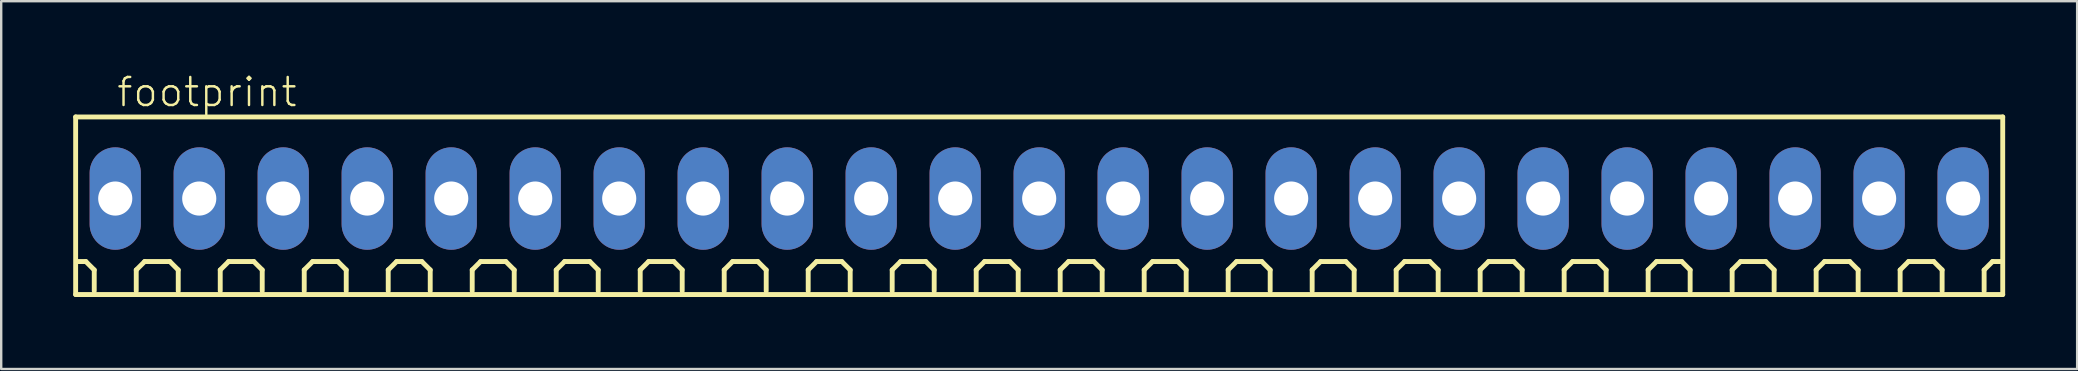
<source format=kicad_pcb>
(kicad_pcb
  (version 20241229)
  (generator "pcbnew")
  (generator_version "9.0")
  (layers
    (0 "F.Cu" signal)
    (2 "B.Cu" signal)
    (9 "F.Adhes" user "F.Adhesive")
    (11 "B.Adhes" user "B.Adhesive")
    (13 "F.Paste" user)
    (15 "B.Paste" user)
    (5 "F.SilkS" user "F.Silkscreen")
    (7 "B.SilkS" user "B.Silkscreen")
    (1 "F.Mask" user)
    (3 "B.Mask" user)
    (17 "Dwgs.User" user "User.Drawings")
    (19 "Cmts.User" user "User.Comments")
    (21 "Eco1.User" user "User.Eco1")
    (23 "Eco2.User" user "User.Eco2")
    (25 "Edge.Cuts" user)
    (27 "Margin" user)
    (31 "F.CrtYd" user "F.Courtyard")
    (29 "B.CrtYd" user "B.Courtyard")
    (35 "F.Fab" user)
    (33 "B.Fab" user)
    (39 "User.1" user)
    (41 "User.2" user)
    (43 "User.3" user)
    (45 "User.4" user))
  (footprint "footprint"
    (layer "F.Cu")
    (at 40.252 5.223)
    (property "Reference" "footprint" (at -38.5 -3.75 0) (layer "F.SilkS") (effects (font (size 1.168 1.168) (thickness 0.102)) (justify left bottom)))
    (fp_line (start -40.15 -3.4) (end 40.15 -3.4) (stroke (width 0.203) (type solid)) (layer "F.SilkS"))
    (fp_line (start -40.15 4) (end -40.15 -3.4) (stroke (width 0.203) (type solid)) (layer "F.SilkS"))
    (fp_line (start -39.725 2.625) (end -40.075 2.625) (stroke (width 0.203) (type solid)) (layer "F.SilkS"))
    (fp_line (start -39.375 2.975) (end -39.725 2.625) (stroke (width 0.203) (type solid)) (layer "F.SilkS"))
    (fp_line (start -39.375 3.85) (end -39.375 2.975) (stroke (width 0.203) (type solid)) (layer "F.SilkS"))
    (fp_line (start -37.625 2.975) (end -37.275 2.625) (stroke (width 0.203) (type solid)) (layer "F.SilkS"))
    (fp_line (start -37.625 3.85) (end -37.625 2.975) (stroke (width 0.203) (type solid)) (layer "F.SilkS"))
    (fp_line (start -37.275 2.625) (end -36.225 2.625) (stroke (width 0.203) (type solid)) (layer "F.SilkS"))
    (fp_line (start -36.225 2.625) (end -35.875 2.975) (stroke (width 0.203) (type solid)) (layer "F.SilkS"))
    (fp_line (start -35.875 2.975) (end -35.875 3.85) (stroke (width 0.203) (type solid)) (layer "F.SilkS"))
    (fp_line (start -34.125 2.975) (end -33.775 2.625) (stroke (width 0.203) (type solid)) (layer "F.SilkS"))
    (fp_line (start -34.125 3.85) (end -34.125 2.975) (stroke (width 0.203) (type solid)) (layer "F.SilkS"))
    (fp_line (start -33.775 2.625) (end -32.725 2.625) (stroke (width 0.203) (type solid)) (layer "F.SilkS"))
    (fp_line (start -32.725 2.625) (end -32.375 2.975) (stroke (width 0.203) (type solid)) (layer "F.SilkS"))
    (fp_line (start -32.375 2.975) (end -32.375 3.85) (stroke (width 0.203) (type solid)) (layer "F.SilkS"))
    (fp_line (start -30.625 2.975) (end -30.275 2.625) (stroke (width 0.203) (type solid)) (layer "F.SilkS"))
    (fp_line (start -30.625 3.85) (end -30.625 2.975) (stroke (width 0.203) (type solid)) (layer "F.SilkS"))
    (fp_line (start -30.275 2.625) (end -29.225 2.625) (stroke (width 0.203) (type solid)) (layer "F.SilkS"))
    (fp_line (start -29.225 2.625) (end -28.875 2.975) (stroke (width 0.203) (type solid)) (layer "F.SilkS"))
    (fp_line (start -28.875 2.975) (end -28.875 3.85) (stroke (width 0.203) (type solid)) (layer "F.SilkS"))
    (fp_line (start -27.125 2.975) (end -26.775 2.625) (stroke (width 0.203) (type solid)) (layer "F.SilkS"))
    (fp_line (start -27.125 3.85) (end -27.125 2.975) (stroke (width 0.203) (type solid)) (layer "F.SilkS"))
    (fp_line (start -26.775 2.625) (end -25.725 2.625) (stroke (width 0.203) (type solid)) (layer "F.SilkS"))
    (fp_line (start -25.725 2.625) (end -25.375 2.975) (stroke (width 0.203) (type solid)) (layer "F.SilkS"))
    (fp_line (start -25.375 2.975) (end -25.375 3.85) (stroke (width 0.203) (type solid)) (layer "F.SilkS"))
    (fp_line (start -23.625 2.975) (end -23.275 2.625) (stroke (width 0.203) (type solid)) (layer "F.SilkS"))
    (fp_line (start -23.625 3.85) (end -23.625 2.975) (stroke (width 0.203) (type solid)) (layer "F.SilkS"))
    (fp_line (start -23.275 2.625) (end -22.225 2.625) (stroke (width 0.203) (type solid)) (layer "F.SilkS"))
    (fp_line (start -22.225 2.625) (end -21.875 2.975) (stroke (width 0.203) (type solid)) (layer "F.SilkS"))
    (fp_line (start -21.875 2.975) (end -21.875 3.85) (stroke (width 0.203) (type solid)) (layer "F.SilkS"))
    (fp_line (start -20.125 2.975) (end -19.775 2.625) (stroke (width 0.203) (type solid)) (layer "F.SilkS"))
    (fp_line (start -20.125 3.85) (end -20.125 2.975) (stroke (width 0.203) (type solid)) (layer "F.SilkS"))
    (fp_line (start -19.775 2.625) (end -18.725 2.625) (stroke (width 0.203) (type solid)) (layer "F.SilkS"))
    (fp_line (start -18.725 2.625) (end -18.375 2.975) (stroke (width 0.203) (type solid)) (layer "F.SilkS"))
    (fp_line (start -18.375 2.975) (end -18.375 3.85) (stroke (width 0.203) (type solid)) (layer "F.SilkS"))
    (fp_line (start -16.625 2.975) (end -16.275 2.625) (stroke (width 0.203) (type solid)) (layer "F.SilkS"))
    (fp_line (start -16.625 3.85) (end -16.625 2.975) (stroke (width 0.203) (type solid)) (layer "F.SilkS"))
    (fp_line (start -16.275 2.625) (end -15.225 2.625) (stroke (width 0.203) (type solid)) (layer "F.SilkS"))
    (fp_line (start -15.225 2.625) (end -14.875 2.975) (stroke (width 0.203) (type solid)) (layer "F.SilkS"))
    (fp_line (start -14.875 2.975) (end -14.875 3.85) (stroke (width 0.203) (type solid)) (layer "F.SilkS"))
    (fp_line (start -13.125 2.975) (end -12.775 2.625) (stroke (width 0.203) (type solid)) (layer "F.SilkS"))
    (fp_line (start -13.125 3.85) (end -13.125 2.975) (stroke (width 0.203) (type solid)) (layer "F.SilkS"))
    (fp_line (start -12.775 2.625) (end -11.725 2.625) (stroke (width 0.203) (type solid)) (layer "F.SilkS"))
    (fp_line (start -11.725 2.625) (end -11.375 2.975) (stroke (width 0.203) (type solid)) (layer "F.SilkS"))
    (fp_line (start -11.375 2.975) (end -11.375 3.85) (stroke (width 0.203) (type solid)) (layer "F.SilkS"))
    (fp_line (start -9.625 2.975) (end -9.275 2.625) (stroke (width 0.203) (type solid)) (layer "F.SilkS"))
    (fp_line (start -9.625 3.85) (end -9.625 2.975) (stroke (width 0.203) (type solid)) (layer "F.SilkS"))
    (fp_line (start -9.275 2.625) (end -8.225 2.625) (stroke (width 0.203) (type solid)) (layer "F.SilkS"))
    (fp_line (start -8.225 2.625) (end -7.875 2.975) (stroke (width 0.203) (type solid)) (layer "F.SilkS"))
    (fp_line (start -7.875 2.975) (end -7.875 3.85) (stroke (width 0.203) (type solid)) (layer "F.SilkS"))
    (fp_line (start -6.125 2.975) (end -5.775 2.625) (stroke (width 0.203) (type solid)) (layer "F.SilkS"))
    (fp_line (start -6.125 3.85) (end -6.125 2.975) (stroke (width 0.203) (type solid)) (layer "F.SilkS"))
    (fp_line (start -5.775 2.625) (end -4.725 2.625) (stroke (width 0.203) (type solid)) (layer "F.SilkS"))
    (fp_line (start -4.725 2.625) (end -4.375 2.975) (stroke (width 0.203) (type solid)) (layer "F.SilkS"))
    (fp_line (start -4.375 2.975) (end -4.375 3.85) (stroke (width 0.203) (type solid)) (layer "F.SilkS"))
    (fp_line (start -2.625 2.975) (end -2.275 2.625) (stroke (width 0.203) (type solid)) (layer "F.SilkS"))
    (fp_line (start -2.625 3.85) (end -2.625 2.975) (stroke (width 0.203) (type solid)) (layer "F.SilkS"))
    (fp_line (start -2.275 2.625) (end -1.225 2.625) (stroke (width 0.203) (type solid)) (layer "F.SilkS"))
    (fp_line (start -1.225 2.625) (end -0.875 2.975) (stroke (width 0.203) (type solid)) (layer "F.SilkS"))
    (fp_line (start -0.875 2.975) (end -0.875 3.85) (stroke (width 0.203) (type solid)) (layer "F.SilkS"))
    (fp_line (start 0.875 2.975) (end 1.225 2.625) (stroke (width 0.203) (type solid)) (layer "F.SilkS"))
    (fp_line (start 0.875 3.85) (end 0.875 2.975) (stroke (width 0.203) (type solid)) (layer "F.SilkS"))
    (fp_line (start 1.225 2.625) (end 2.275 2.625) (stroke (width 0.203) (type solid)) (layer "F.SilkS"))
    (fp_line (start 2.275 2.625) (end 2.625 2.975) (stroke (width 0.203) (type solid)) (layer "F.SilkS"))
    (fp_line (start 2.625 2.975) (end 2.625 3.85) (stroke (width 0.203) (type solid)) (layer "F.SilkS"))
    (fp_line (start 4.375 2.975) (end 4.725 2.625) (stroke (width 0.203) (type solid)) (layer "F.SilkS"))
    (fp_line (start 4.375 3.85) (end 4.375 2.975) (stroke (width 0.203) (type solid)) (layer "F.SilkS"))
    (fp_line (start 4.725 2.625) (end 5.775 2.625) (stroke (width 0.203) (type solid)) (layer "F.SilkS"))
    (fp_line (start 5.775 2.625) (end 6.125 2.975) (stroke (width 0.203) (type solid)) (layer "F.SilkS"))
    (fp_line (start 6.125 2.975) (end 6.125 3.85) (stroke (width 0.203) (type solid)) (layer "F.SilkS"))
    (fp_line (start 7.875 2.975) (end 8.225 2.625) (stroke (width 0.203) (type solid)) (layer "F.SilkS"))
    (fp_line (start 7.875 3.85) (end 7.875 2.975) (stroke (width 0.203) (type solid)) (layer "F.SilkS"))
    (fp_line (start 8.225 2.625) (end 9.275 2.625) (stroke (width 0.203) (type solid)) (layer "F.SilkS"))
    (fp_line (start 9.275 2.625) (end 9.625 2.975) (stroke (width 0.203) (type solid)) (layer "F.SilkS"))
    (fp_line (start 9.625 2.975) (end 9.625 3.85) (stroke (width 0.203) (type solid)) (layer "F.SilkS"))
    (fp_line (start 11.375 2.975) (end 11.725 2.625) (stroke (width 0.203) (type solid)) (layer "F.SilkS"))
    (fp_line (start 11.375 3.85) (end 11.375 2.975) (stroke (width 0.203) (type solid)) (layer "F.SilkS"))
    (fp_line (start 11.725 2.625) (end 12.775 2.625) (stroke (width 0.203) (type solid)) (layer "F.SilkS"))
    (fp_line (start 12.775 2.625) (end 13.125 2.975) (stroke (width 0.203) (type solid)) (layer "F.SilkS"))
    (fp_line (start 13.125 2.975) (end 13.125 3.85) (stroke (width 0.203) (type solid)) (layer "F.SilkS"))
    (fp_line (start 14.875 2.975) (end 15.225 2.625) (stroke (width 0.203) (type solid)) (layer "F.SilkS"))
    (fp_line (start 14.875 3.85) (end 14.875 2.975) (stroke (width 0.203) (type solid)) (layer "F.SilkS"))
    (fp_line (start 15.225 2.625) (end 16.275 2.625) (stroke (width 0.203) (type solid)) (layer "F.SilkS"))
    (fp_line (start 16.275 2.625) (end 16.625 2.975) (stroke (width 0.203) (type solid)) (layer "F.SilkS"))
    (fp_line (start 16.625 2.975) (end 16.625 3.85) (stroke (width 0.203) (type solid)) (layer "F.SilkS"))
    (fp_line (start 18.375 2.975) (end 18.725 2.625) (stroke (width 0.203) (type solid)) (layer "F.SilkS"))
    (fp_line (start 18.375 3.85) (end 18.375 2.975) (stroke (width 0.203) (type solid)) (layer "F.SilkS"))
    (fp_line (start 18.725 2.625) (end 19.775 2.625) (stroke (width 0.203) (type solid)) (layer "F.SilkS"))
    (fp_line (start 19.775 2.625) (end 20.125 2.975) (stroke (width 0.203) (type solid)) (layer "F.SilkS"))
    (fp_line (start 20.125 2.975) (end 20.125 3.85) (stroke (width 0.203) (type solid)) (layer "F.SilkS"))
    (fp_line (start 21.875 2.975) (end 22.225 2.625) (stroke (width 0.203) (type solid)) (layer "F.SilkS"))
    (fp_line (start 21.875 3.85) (end 21.875 2.975) (stroke (width 0.203) (type solid)) (layer "F.SilkS"))
    (fp_line (start 22.225 2.625) (end 23.275 2.625) (stroke (width 0.203) (type solid)) (layer "F.SilkS"))
    (fp_line (start 23.275 2.625) (end 23.625 2.975) (stroke (width 0.203) (type solid)) (layer "F.SilkS"))
    (fp_line (start 23.625 2.975) (end 23.625 3.85) (stroke (width 0.203) (type solid)) (layer "F.SilkS"))
    (fp_line (start 25.375 2.975) (end 25.725 2.625) (stroke (width 0.203) (type solid)) (layer "F.SilkS"))
    (fp_line (start 25.375 3.85) (end 25.375 2.975) (stroke (width 0.203) (type solid)) (layer "F.SilkS"))
    (fp_line (start 25.725 2.625) (end 26.775 2.625) (stroke (width 0.203) (type solid)) (layer "F.SilkS"))
    (fp_line (start 26.775 2.625) (end 27.125 2.975) (stroke (width 0.203) (type solid)) (layer "F.SilkS"))
    (fp_line (start 27.125 2.975) (end 27.125 3.85) (stroke (width 0.203) (type solid)) (layer "F.SilkS"))
    (fp_line (start 28.875 2.975) (end 29.225 2.625) (stroke (width 0.203) (type solid)) (layer "F.SilkS"))
    (fp_line (start 28.875 3.85) (end 28.875 2.975) (stroke (width 0.203) (type solid)) (layer "F.SilkS"))
    (fp_line (start 29.225 2.625) (end 30.275 2.625) (stroke (width 0.203) (type solid)) (layer "F.SilkS"))
    (fp_line (start 30.275 2.625) (end 30.625 2.975) (stroke (width 0.203) (type solid)) (layer "F.SilkS"))
    (fp_line (start 30.625 2.975) (end 30.625 3.85) (stroke (width 0.203) (type solid)) (layer "F.SilkS"))
    (fp_line (start 32.375 2.975) (end 32.725 2.625) (stroke (width 0.203) (type solid)) (layer "F.SilkS"))
    (fp_line (start 32.375 3.85) (end 32.375 2.975) (stroke (width 0.203) (type solid)) (layer "F.SilkS"))
    (fp_line (start 32.725 2.625) (end 33.775 2.625) (stroke (width 0.203) (type solid)) (layer "F.SilkS"))
    (fp_line (start 33.775 2.625) (end 34.125 2.975) (stroke (width 0.203) (type solid)) (layer "F.SilkS"))
    (fp_line (start 34.125 2.975) (end 34.125 3.85) (stroke (width 0.203) (type solid)) (layer "F.SilkS"))
    (fp_line (start 35.875 2.975) (end 36.225 2.625) (stroke (width 0.203) (type solid)) (layer "F.SilkS"))
    (fp_line (start 35.875 3.85) (end 35.875 2.975) (stroke (width 0.203) (type solid)) (layer "F.SilkS"))
    (fp_line (start 36.225 2.625) (end 37.275 2.625) (stroke (width 0.203) (type solid)) (layer "F.SilkS"))
    (fp_line (start 37.275 2.625) (end 37.625 2.975) (stroke (width 0.203) (type solid)) (layer "F.SilkS"))
    (fp_line (start 37.625 2.975) (end 37.625 3.85) (stroke (width 0.203) (type solid)) (layer "F.SilkS"))
    (fp_line (start 39.375 2.975) (end 39.725 2.625) (stroke (width 0.203) (type solid)) (layer "F.SilkS"))
    (fp_line (start 39.375 3.85) (end 39.375 2.975) (stroke (width 0.203) (type solid)) (layer "F.SilkS"))
    (fp_line (start 39.725 2.625) (end 40.075 2.625) (stroke (width 0.203) (type solid)) (layer "F.SilkS"))
    (fp_line (start 40.15 -3.4) (end 40.15 4) (stroke (width 0.203) (type solid)) (layer "F.SilkS"))
    (fp_line (start 40.15 4) (end -40.15 4) (stroke (width 0.203) (type solid)) (layer "F.SilkS"))
    (pad "1" thru_hole oval (at -38.5 0 90) (size 4.267 2.134) (drill 1.422) (layers "*.Cu" "*.Mask"))
    (pad "2" thru_hole oval (at -35 0 90) (size 4.267 2.134) (drill 1.422) (layers "*.Cu" "*.Mask"))
    (pad "3" thru_hole oval (at -31.5 0 90) (size 4.267 2.134) (drill 1.422) (layers "*.Cu" "*.Mask"))
    (pad "4" thru_hole oval (at -28 0 90) (size 4.267 2.134) (drill 1.422) (layers "*.Cu" "*.Mask"))
    (pad "5" thru_hole oval (at -24.5 0 90) (size 4.267 2.134) (drill 1.422) (layers "*.Cu" "*.Mask"))
    (pad "6" thru_hole oval (at -21 0 90) (size 4.267 2.134) (drill 1.422) (layers "*.Cu" "*.Mask"))
    (pad "7" thru_hole oval (at -17.5 0 90) (size 4.267 2.134) (drill 1.422) (layers "*.Cu" "*.Mask"))
    (pad "8" thru_hole oval (at -14 0 90) (size 4.267 2.134) (drill 1.422) (layers "*.Cu" "*.Mask"))
    (pad "9" thru_hole oval (at -10.5 0 90) (size 4.267 2.134) (drill 1.422) (layers "*.Cu" "*.Mask"))
    (pad "10" thru_hole oval (at -7 0 90) (size 4.267 2.134) (drill 1.422) (layers "*.Cu" "*.Mask"))
    (pad "11" thru_hole oval (at -3.5 0 90) (size 4.267 2.134) (drill 1.422) (layers "*.Cu" "*.Mask"))
    (pad "12" thru_hole oval (at 0 0 90) (size 4.267 2.134) (drill 1.422) (layers "*.Cu" "*.Mask"))
    (pad "13" thru_hole oval (at 3.5 0 90) (size 4.267 2.134) (drill 1.422) (layers "*.Cu" "*.Mask"))
    (pad "14" thru_hole oval (at 7 0 90) (size 4.267 2.134) (drill 1.422) (layers "*.Cu" "*.Mask"))
    (pad "15" thru_hole oval (at 10.5 0 90) (size 4.267 2.134) (drill 1.422) (layers "*.Cu" "*.Mask"))
    (pad "16" thru_hole oval (at 14 0 90) (size 4.267 2.134) (drill 1.422) (layers "*.Cu" "*.Mask"))
    (pad "17" thru_hole oval (at 17.5 0 90) (size 4.267 2.134) (drill 1.422) (layers "*.Cu" "*.Mask"))
    (pad "18" thru_hole oval (at 21 0 90) (size 4.267 2.134) (drill 1.422) (layers "*.Cu" "*.Mask"))
    (pad "19" thru_hole oval (at 24.5 0 90) (size 4.267 2.134) (drill 1.422) (layers "*.Cu" "*.Mask"))
    (pad "20" thru_hole oval (at 28 0 90) (size 4.267 2.134) (drill 1.422) (layers "*.Cu" "*.Mask"))
    (pad "21" thru_hole oval (at 31.5 0 90) (size 4.267 2.134) (drill 1.422) (layers "*.Cu" "*.Mask"))
    (pad "22" thru_hole oval (at 35 0 90) (size 4.267 2.134) (drill 1.422) (layers "*.Cu" "*.Mask"))
    (pad "23" thru_hole oval (at 38.5 0 90) (size 4.267 2.134) (drill 1.422) (layers "*.Cu" "*.Mask")))
  (gr_rect
    (start -3 -3)
    (end 83.503 12.325)
    (stroke (width 0.1) (type default))
    (fill no)
    (layer "Edge.Cuts")))
</source>
